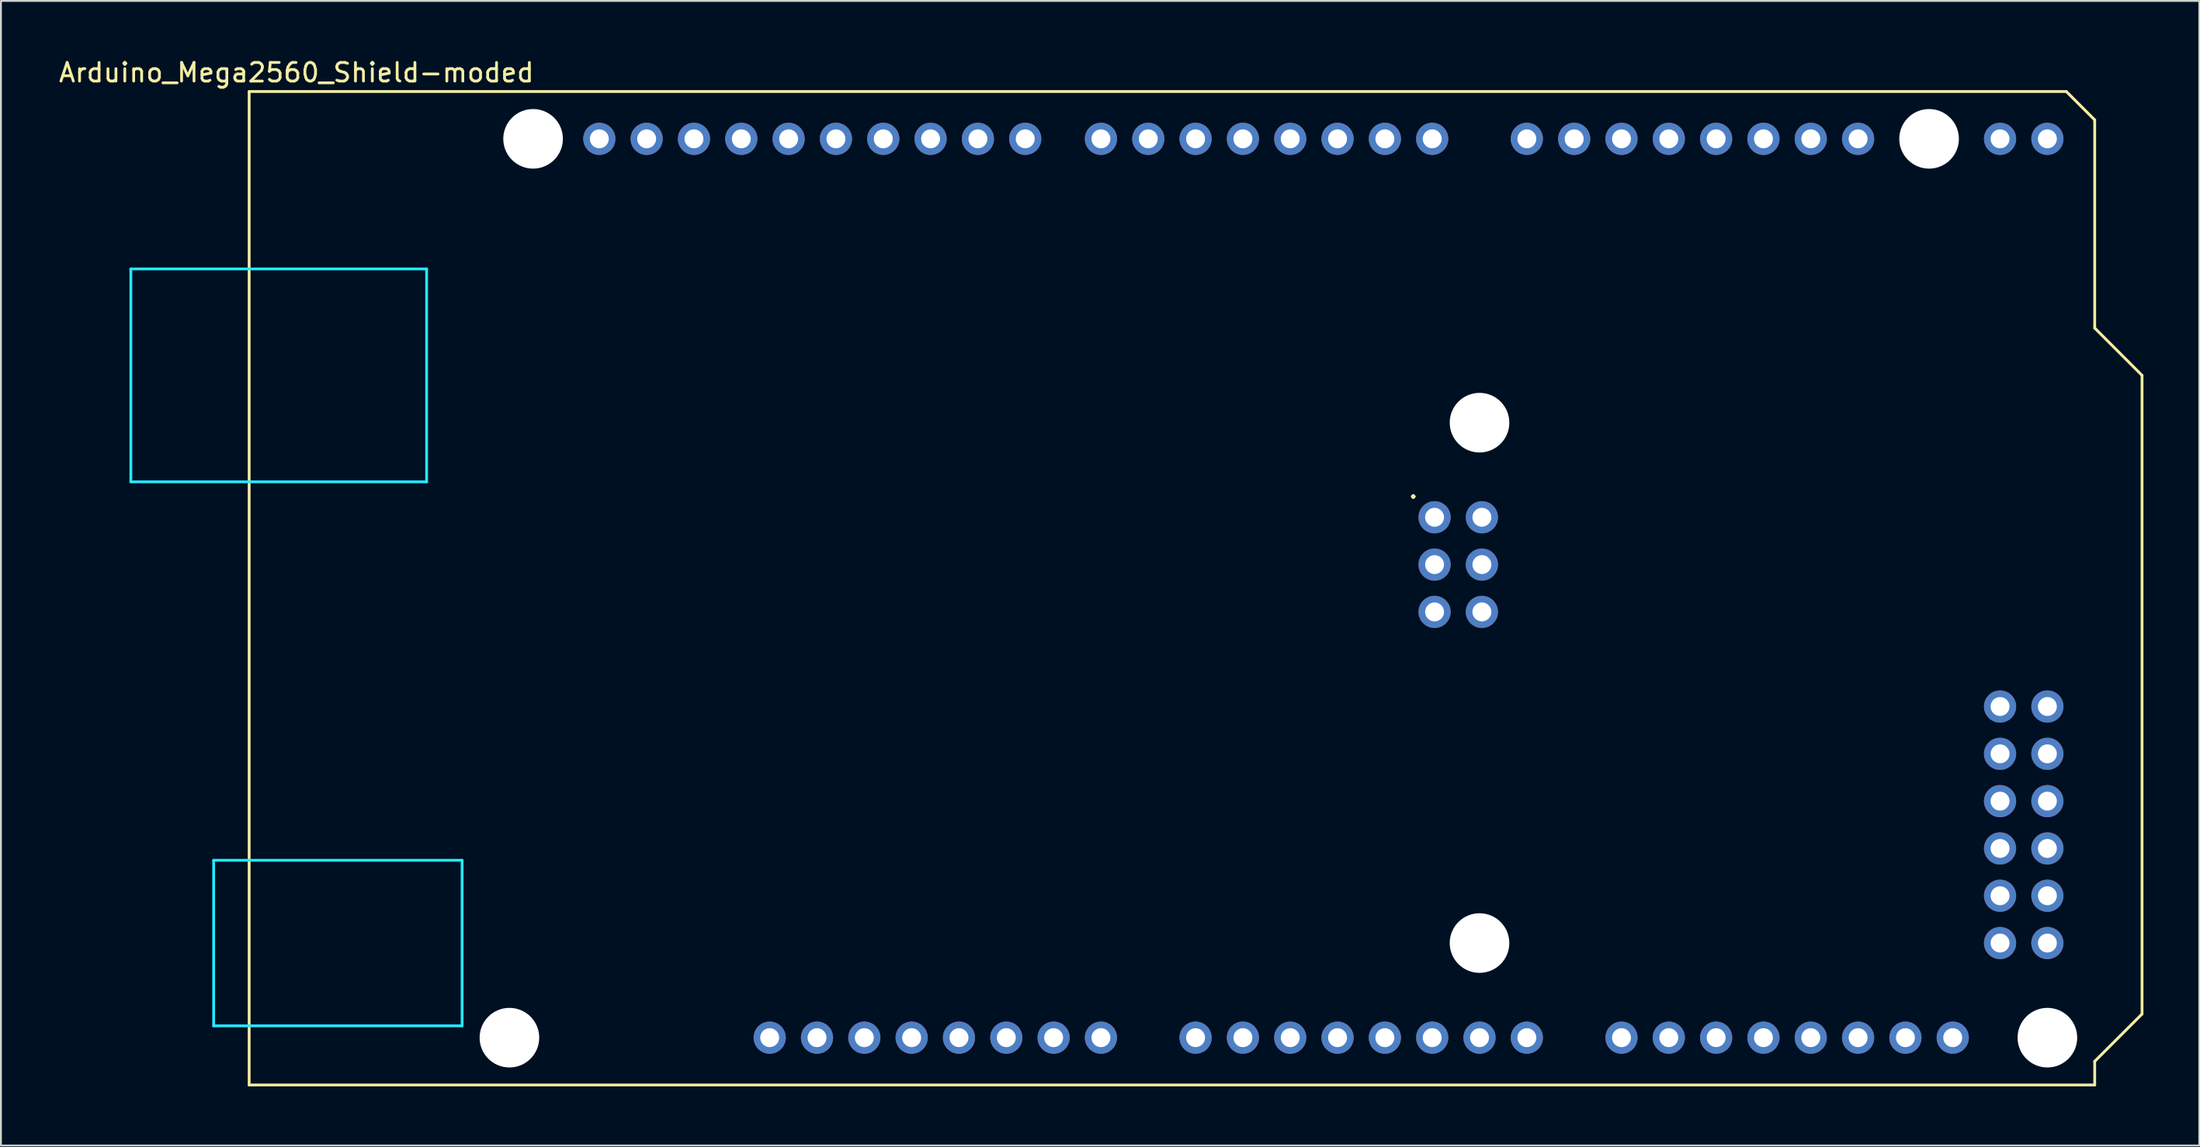
<source format=kicad_pcb>
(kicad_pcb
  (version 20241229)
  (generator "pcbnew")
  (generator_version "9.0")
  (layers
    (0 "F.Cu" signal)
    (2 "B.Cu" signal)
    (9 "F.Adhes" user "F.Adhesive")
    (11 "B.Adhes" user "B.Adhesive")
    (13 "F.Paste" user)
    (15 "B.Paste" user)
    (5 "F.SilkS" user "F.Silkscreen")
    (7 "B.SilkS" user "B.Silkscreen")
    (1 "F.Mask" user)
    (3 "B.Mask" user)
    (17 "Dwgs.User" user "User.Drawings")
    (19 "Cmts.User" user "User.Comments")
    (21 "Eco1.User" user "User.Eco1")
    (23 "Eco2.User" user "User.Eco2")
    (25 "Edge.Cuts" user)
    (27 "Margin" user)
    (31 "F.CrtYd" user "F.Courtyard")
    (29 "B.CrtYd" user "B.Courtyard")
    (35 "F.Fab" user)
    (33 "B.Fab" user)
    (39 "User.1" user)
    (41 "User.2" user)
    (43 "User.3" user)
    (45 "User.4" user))
  (footprint "Arduino_Mega2560_Shield-moded"
    (layer "F.Cu")
    (at 10.323 55.204)
    (property "Reference" "Arduino_Mega2560_Shield-moded" (at 2.54 -54.356 0) (layer "F.SilkS") (effects (font (size 1 1) (thickness 0.15))))
    (attr through_hole)
    (fp_line (start 0 -53.34) (end 0 0) (stroke (width 0.15) (type solid)) (layer "F.SilkS"))
    (fp_line (start 0 -53.34) (end 97.536 -53.34) (stroke (width 0.15) (type solid)) (layer "F.SilkS"))
    (fp_line (start 0 0) (end 99.06 0) (stroke (width 0.15) (type solid)) (layer "F.SilkS"))
    (fp_line (start 97.536 -53.34) (end 99.06 -51.816) (stroke (width 0.15) (type solid)) (layer "F.SilkS"))
    (fp_line (start 99.06 -40.64) (end 99.06 -51.816) (stroke (width 0.15) (type solid)) (layer "F.SilkS"))
    (fp_line (start 99.06 -1.27) (end 101.6 -3.81) (stroke (width 0.15) (type solid)) (layer "F.SilkS"))
    (fp_line (start 99.06 0) (end 99.06 -1.27) (stroke (width 0.15) (type solid)) (layer "F.SilkS"))
    (fp_line (start 101.6 -38.1) (end 99.06 -40.64) (stroke (width 0.15) (type solid)) (layer "F.SilkS"))
    (fp_line (start 101.6 -3.81) (end 101.6 -38.1) (stroke (width 0.15) (type solid)) (layer "F.SilkS"))
    (fp_line (start -6.35 -43.815) (end -6.35 -32.385) (stroke (width 0.15) (type solid)) (layer "B.CrtYd"))
    (fp_line (start -1.905 -12.065) (end -1.905 -3.175) (stroke (width 0.15) (type solid)) (layer "B.CrtYd"))
    (fp_line (start -1.905 -12.065) (end 11.43 -12.065) (stroke (width 0.15) (type solid)) (layer "B.CrtYd"))
    (fp_line (start -1.905 -3.175) (end 11.43 -3.175) (stroke (width 0.15) (type solid)) (layer "B.CrtYd"))
    (fp_line (start 9.525 -43.815) (end -6.35 -43.815) (stroke (width 0.15) (type solid)) (layer "B.CrtYd"))
    (fp_line (start 9.525 -43.815) (end 9.525 -32.385) (stroke (width 0.15) (type solid)) (layer "B.CrtYd"))
    (fp_line (start 9.525 -32.385) (end -6.35 -32.385) (stroke (width 0.15) (type solid)) (layer "B.CrtYd"))
    (fp_line (start 11.43 -12.065) (end 11.43 -3.175) (stroke (width 0.15) (type solid)) (layer "B.CrtYd"))
    (fp_text user "." (at 62.484 -32.004 0) (layer "F.SilkS") (effects (font (size 1 1) (thickness 0.15))))
    (pad "" np_thru_hole circle (at 13.97 -2.54) (size 3.2 3.2) (drill 3.2) (layers "*.Cu" "*.Mask"))
    (pad "" np_thru_hole circle (at 15.24 -50.8) (size 3.2 3.2) (drill 3.2) (layers "*.Cu" "*.Mask"))
    (pad "" thru_hole oval (at 27.94 -2.54) (size 1.727 1.727) (drill 1.016) (layers "*.Cu" "*.Mask"))
    (pad "" np_thru_hole circle (at 66.04 -35.56) (size 3.2 3.2) (drill 3.2) (layers "*.Cu" "*.Mask"))
    (pad "" np_thru_hole circle (at 66.04 -7.62) (size 3.2 3.2) (drill 3.2) (layers "*.Cu" "*.Mask"))
    (pad "" np_thru_hole circle (at 90.17 -50.8) (size 3.2 3.2) (drill 3.2) (layers "*.Cu" "*.Mask"))
    (pad "" np_thru_hole circle (at 96.52 -2.54) (size 3.2 3.2) (drill 3.2) (layers "*.Cu" "*.Mask"))
    (pad "3V3" thru_hole oval (at 35.56 -2.54) (size 1.727 1.727) (drill 1.016) (layers "*.Cu" "*.Mask"))
    (pad "5V1" thru_hole oval (at 38.1 -2.54) (size 1.727 1.727) (drill 1.016) (layers "*.Cu" "*.Mask"))
    (pad "5V2" thru_hole oval (at 66.167 -30.48) (size 1.727 1.727) (drill 1.016) (layers "*.Cu" "*.Mask"))
    (pad "5V3" thru_hole oval (at 93.98 -50.8) (size 1.727 1.727) (drill 1.016) (layers "*.Cu" "*.Mask"))
    (pad "5V4" thru_hole oval (at 96.52 -50.8) (size 1.727 1.727) (drill 1.016) (layers "*.Cu" "*.Mask"))
    (pad "A0" thru_hole oval (at 50.8 -2.54) (size 1.727 1.727) (drill 1.016) (layers "*.Cu" "*.Mask"))
    (pad "A1" thru_hole oval (at 53.34 -2.54) (size 1.727 1.727) (drill 1.016) (layers "*.Cu" "*.Mask"))
    (pad "A2" thru_hole oval (at 55.88 -2.54) (size 1.727 1.727) (drill 1.016) (layers "*.Cu" "*.Mask"))
    (pad "A3" thru_hole oval (at 58.42 -2.54) (size 1.727 1.727) (drill 1.016) (layers "*.Cu" "*.Mask"))
    (pad "A4" thru_hole oval (at 60.96 -2.54) (size 1.727 1.727) (drill 1.016) (layers "*.Cu" "*.Mask"))
    (pad "A5" thru_hole oval (at 63.5 -2.54) (size 1.727 1.727) (drill 1.016) (layers "*.Cu" "*.Mask"))
    (pad "A6" thru_hole oval (at 66.04 -2.54) (size 1.727 1.727) (drill 1.016) (layers "*.Cu" "*.Mask"))
    (pad "A7" thru_hole oval (at 68.58 -2.54) (size 1.727 1.727) (drill 1.016) (layers "*.Cu" "*.Mask"))
    (pad "A8" thru_hole oval (at 73.66 -2.54) (size 1.727 1.727) (drill 1.016) (layers "*.Cu" "*.Mask"))
    (pad "A9" thru_hole oval (at 76.2 -2.54) (size 1.727 1.727) (drill 1.016) (layers "*.Cu" "*.Mask"))
    (pad "A10" thru_hole oval (at 78.74 -2.54) (size 1.727 1.727) (drill 1.016) (layers "*.Cu" "*.Mask"))
    (pad "A11" thru_hole oval (at 81.28 -2.54) (size 1.727 1.727) (drill 1.016) (layers "*.Cu" "*.Mask"))
    (pad "A12" thru_hole oval (at 83.82 -2.54) (size 1.727 1.727) (drill 1.016) (layers "*.Cu" "*.Mask"))
    (pad "A13" thru_hole oval (at 86.36 -2.54) (size 1.727 1.727) (drill 1.016) (layers "*.Cu" "*.Mask"))
    (pad "A14" thru_hole oval (at 88.9 -2.54) (size 1.727 1.727) (drill 1.016) (layers "*.Cu" "*.Mask"))
    (pad "A15" thru_hole oval (at 91.44 -2.54) (size 1.727 1.727) (drill 1.016) (layers "*.Cu" "*.Mask"))
    (pad "AREF" thru_hole oval (at 23.876 -50.8) (size 1.727 1.727) (drill 1.016) (layers "*.Cu" "*.Mask"))
    (pad "D0" thru_hole oval (at 63.5 -50.8) (size 1.727 1.727) (drill 1.016) (layers "*.Cu" "*.Mask"))
    (pad "D1" thru_hole oval (at 60.96 -50.8) (size 1.727 1.727) (drill 1.016) (layers "*.Cu" "*.Mask"))
    (pad "D2" thru_hole oval (at 58.42 -50.8) (size 1.727 1.727) (drill 1.016) (layers "*.Cu" "*.Mask"))
    (pad "D3" thru_hole oval (at 55.88 -50.8) (size 1.727 1.727) (drill 1.016) (layers "*.Cu" "*.Mask"))
    (pad "D4" thru_hole oval (at 53.34 -50.8) (size 1.727 1.727) (drill 1.016) (layers "*.Cu" "*.Mask"))
    (pad "D5" thru_hole oval (at 50.8 -50.8) (size 1.727 1.727) (drill 1.016) (layers "*.Cu" "*.Mask"))
    (pad "D6" thru_hole oval (at 48.26 -50.8) (size 1.727 1.727) (drill 1.016) (layers "*.Cu" "*.Mask"))
    (pad "D7" thru_hole oval (at 45.72 -50.8) (size 1.727 1.727) (drill 1.016) (layers "*.Cu" "*.Mask"))
    (pad "D8" thru_hole oval (at 41.656 -50.8) (size 1.727 1.727) (drill 1.016) (layers "*.Cu" "*.Mask"))
    (pad "D9" thru_hole oval (at 39.116 -50.8) (size 1.727 1.727) (drill 1.016) (layers "*.Cu" "*.Mask"))
    (pad "D10" thru_hole oval (at 36.576 -50.8) (size 1.727 1.727) (drill 1.016) (layers "*.Cu" "*.Mask"))
    (pad "D11" thru_hole oval (at 34.036 -50.8) (size 1.727 1.727) (drill 1.016) (layers "*.Cu" "*.Mask"))
    (pad "D12" thru_hole oval (at 31.496 -50.8) (size 1.727 1.727) (drill 1.016) (layers "*.Cu" "*.Mask"))
    (pad "D13" thru_hole oval (at 28.956 -50.8) (size 1.727 1.727) (drill 1.016) (layers "*.Cu" "*.Mask"))
    (pad "D14" thru_hole oval (at 68.58 -50.8) (size 1.727 1.727) (drill 1.016) (layers "*.Cu" "*.Mask"))
    (pad "D15" thru_hole oval (at 71.12 -50.8) (size 1.727 1.727) (drill 1.016) (layers "*.Cu" "*.Mask"))
    (pad "D16" thru_hole oval (at 73.66 -50.8) (size 1.727 1.727) (drill 1.016) (layers "*.Cu" "*.Mask"))
    (pad "D17" thru_hole oval (at 76.2 -50.8) (size 1.727 1.727) (drill 1.016) (layers "*.Cu" "*.Mask"))
    (pad "D18" thru_hole oval (at 78.74 -50.8) (size 1.727 1.727) (drill 1.016) (layers "*.Cu" "*.Mask"))
    (pad "D19" thru_hole oval (at 81.28 -50.8) (size 1.727 1.727) (drill 1.016) (layers "*.Cu" "*.Mask"))
    (pad "D20" thru_hole oval (at 83.82 -50.8) (size 1.727 1.727) (drill 1.016) (layers "*.Cu" "*.Mask"))
    (pad "D21" thru_hole oval (at 86.36 -50.8) (size 1.727 1.727) (drill 1.016) (layers "*.Cu" "*.Mask"))
    (pad "D44" thru_hole oval (at 93.98 -20.32) (size 1.727 1.727) (drill 1.016) (layers "*.Cu" "*.Mask"))
    (pad "D45" thru_hole oval (at 96.52 -20.32) (size 1.727 1.727) (drill 1.016) (layers "*.Cu" "*.Mask"))
    (pad "D46" thru_hole oval (at 93.98 -17.78) (size 1.727 1.727) (drill 1.016) (layers "*.Cu" "*.Mask"))
    (pad "D47" thru_hole oval (at 96.52 -17.78) (size 1.727 1.727) (drill 1.016) (layers "*.Cu" "*.Mask"))
    (pad "D48" thru_hole oval (at 93.98 -15.24) (size 1.727 1.727) (drill 1.016) (layers "*.Cu" "*.Mask"))
    (pad "D49" thru_hole oval (at 96.52 -15.24) (size 1.727 1.727) (drill 1.016) (layers "*.Cu" "*.Mask"))
    (pad "D50" thru_hole oval (at 93.98 -12.7) (size 1.727 1.727) (drill 1.016) (layers "*.Cu" "*.Mask"))
    (pad "D51" thru_hole oval (at 96.52 -12.7) (size 1.727 1.727) (drill 1.016) (layers "*.Cu" "*.Mask"))
    (pad "D52" thru_hole oval (at 93.98 -10.16) (size 1.727 1.727) (drill 1.016) (layers "*.Cu" "*.Mask"))
    (pad "D53" thru_hole oval (at 96.52 -10.16) (size 1.727 1.727) (drill 1.016) (layers "*.Cu" "*.Mask"))
    (pad "GND1" thru_hole oval (at 26.416 -50.8) (size 1.727 1.727) (drill 1.016) (layers "*.Cu" "*.Mask"))
    (pad "GND2" thru_hole oval (at 40.64 -2.54) (size 1.727 1.727) (drill 1.016) (layers "*.Cu" "*.Mask"))
    (pad "GND3" thru_hole oval (at 43.18 -2.54) (size 1.727 1.727) (drill 1.016) (layers "*.Cu" "*.Mask"))
    (pad "GND4" thru_hole oval (at 66.167 -25.4) (size 1.727 1.727) (drill 1.016) (layers "*.Cu" "*.Mask"))
    (pad "GND5" thru_hole oval (at 93.98 -7.62) (size 1.727 1.727) (drill 1.016) (layers "*.Cu" "*.Mask"))
    (pad "GND6" thru_hole oval (at 96.52 -7.62) (size 1.727 1.727) (drill 1.016) (layers "*.Cu" "*.Mask"))
    (pad "IORF" thru_hole oval (at 30.48 -2.54) (size 1.727 1.727) (drill 1.016) (layers "*.Cu" "*.Mask"))
    (pad "MISO" thru_hole oval (at 63.627 -30.48) (size 1.727 1.727) (drill 1.016) (layers "*.Cu" "*.Mask"))
    (pad "MOSI" thru_hole oval (at 66.167 -27.94) (size 1.727 1.727) (drill 1.016) (layers "*.Cu" "*.Mask"))
    (pad "RST1" thru_hole oval (at 33.02 -2.54) (size 1.727 1.727) (drill 1.016) (layers "*.Cu" "*.Mask"))
    (pad "RST2" thru_hole oval (at 63.627 -25.4) (size 1.727 1.727) (drill 1.016) (layers "*.Cu" "*.Mask"))
    (pad "SCK" thru_hole oval (at 63.627 -27.94) (size 1.727 1.727) (drill 1.016) (layers "*.Cu" "*.Mask"))
    (pad "SCL" thru_hole oval (at 18.796 -50.8) (size 1.727 1.727) (drill 1.016) (layers "*.Cu" "*.Mask"))
    (pad "SDA" thru_hole oval (at 21.336 -50.8) (size 1.727 1.727) (drill 1.016) (layers "*.Cu" "*.Mask"))
    (pad "VIN" thru_hole oval (at 45.72 -2.54) (size 1.727 1.727) (drill 1.016) (layers "*.Cu" "*.Mask")))
  (gr_rect
    (start -3 -3)
    (end 114.998 58.454)
    (stroke (width 0.1) (type default))
    (fill no)
    (layer "Edge.Cuts")))
</source>
